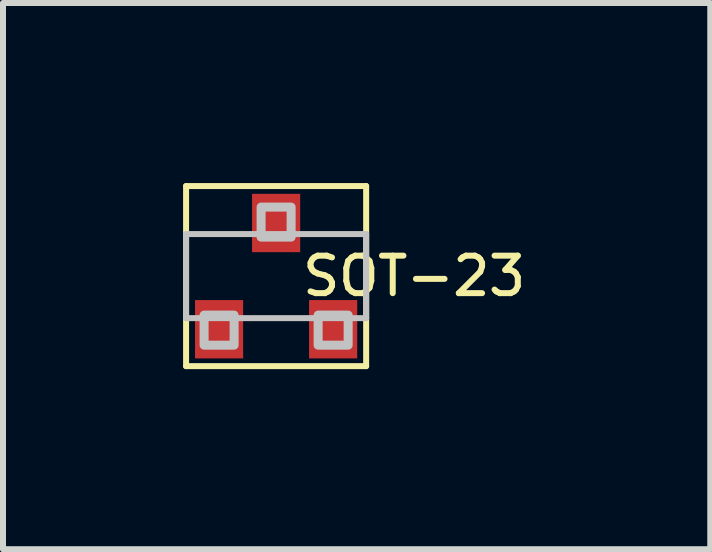
<source format=kicad_pcb>
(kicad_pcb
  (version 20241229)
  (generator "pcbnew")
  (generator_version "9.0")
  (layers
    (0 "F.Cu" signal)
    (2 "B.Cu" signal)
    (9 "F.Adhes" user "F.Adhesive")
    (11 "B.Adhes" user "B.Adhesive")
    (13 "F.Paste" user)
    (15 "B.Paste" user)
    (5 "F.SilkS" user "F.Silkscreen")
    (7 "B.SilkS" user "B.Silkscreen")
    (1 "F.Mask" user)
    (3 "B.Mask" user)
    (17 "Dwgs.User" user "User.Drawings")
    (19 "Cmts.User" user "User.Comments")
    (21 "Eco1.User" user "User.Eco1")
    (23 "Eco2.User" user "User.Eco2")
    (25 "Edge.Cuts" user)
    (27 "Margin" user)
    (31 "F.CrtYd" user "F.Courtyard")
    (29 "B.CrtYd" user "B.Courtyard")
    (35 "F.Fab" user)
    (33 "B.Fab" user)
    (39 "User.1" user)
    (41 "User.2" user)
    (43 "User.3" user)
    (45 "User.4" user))
  (footprint "SOT-23"
    (layer "F.Cu")
    (at 1.55 1.55)
    (property "Reference" "SOT-23" (at 2.3 0 0) (layer "F.SilkS") (effects (font (size 0.625 0.625) (thickness 0.1))))
    (attr through_hole)
    (fp_line (start -1.5 -1.5) (end -1.5 1.5) (stroke (width 0.1) (type solid)) (layer "F.SilkS"))
    (fp_line (start -1.5 1.5) (end 1.5 1.5) (stroke (width 0.1) (type solid)) (layer "F.SilkS"))
    (fp_line (start 1.5 -1.5) (end -1.5 -1.5) (stroke (width 0.1) (type solid)) (layer "F.SilkS"))
    (fp_line (start 1.5 1.5) (end 1.5 -1.5) (stroke (width 0.1) (type solid)) (layer "F.SilkS"))
    (fp_line (start -1.5 -0.7) (end -1.5 0.7) (stroke (width 0.1) (type solid)) (layer "Dwgs.User"))
    (fp_line (start -1.5 0.7) (end 1.5 0.7) (stroke (width 0.1) (type solid)) (layer "Dwgs.User"))
    (fp_line (start 1.5 -0.7) (end -1.5 -0.7) (stroke (width 0.1) (type solid)) (layer "Dwgs.User"))
    (fp_line (start 1.5 0.7) (end 1.5 -0.7) (stroke (width 0.1) (type solid)) (layer "Dwgs.User"))
    (fp_poly (pts (xy -1.2 0.65) (xy -1.2 1.15) (xy -0.7 1.15) (xy -0.7 0.65) (xy -1.2 0.65)) (stroke (width 0.15) (type solid)) (fill no) (layer "Dwgs.User"))
    (fp_poly (pts (xy -0.25 -1.15) (xy -0.25 -0.65) (xy 0.25 -0.65) (xy 0.25 -1.15) (xy -0.25 -1.15)) (stroke (width 0.15) (type solid)) (fill no) (layer "Dwgs.User"))
    (fp_poly (pts (xy 0.7 0.65) (xy 0.7 1.15) (xy 1.2 1.15) (xy 1.2 0.65) (xy 0.7 0.65)) (stroke (width 0.15) (type solid)) (fill no) (layer "Dwgs.User"))
    (pad "1" smd rect (at -0.95 0.885) (size 0.802 0.972) (layers "F.Cu" "F.Mask" "F.Paste"))
    (pad "2" smd rect (at 0.95 0.885) (size 0.802 0.972) (layers "F.Cu" "F.Mask" "F.Paste"))
    (pad "3" smd rect (at 0 -0.885) (size 0.802 0.972) (layers "F.Cu" "F.Mask" "F.Paste")))
  (gr_rect
    (start -3 -3)
    (end 8.783 6.1)
    (stroke (width 0.1) (type default))
    (fill no)
    (layer "Edge.Cuts")))
</source>
